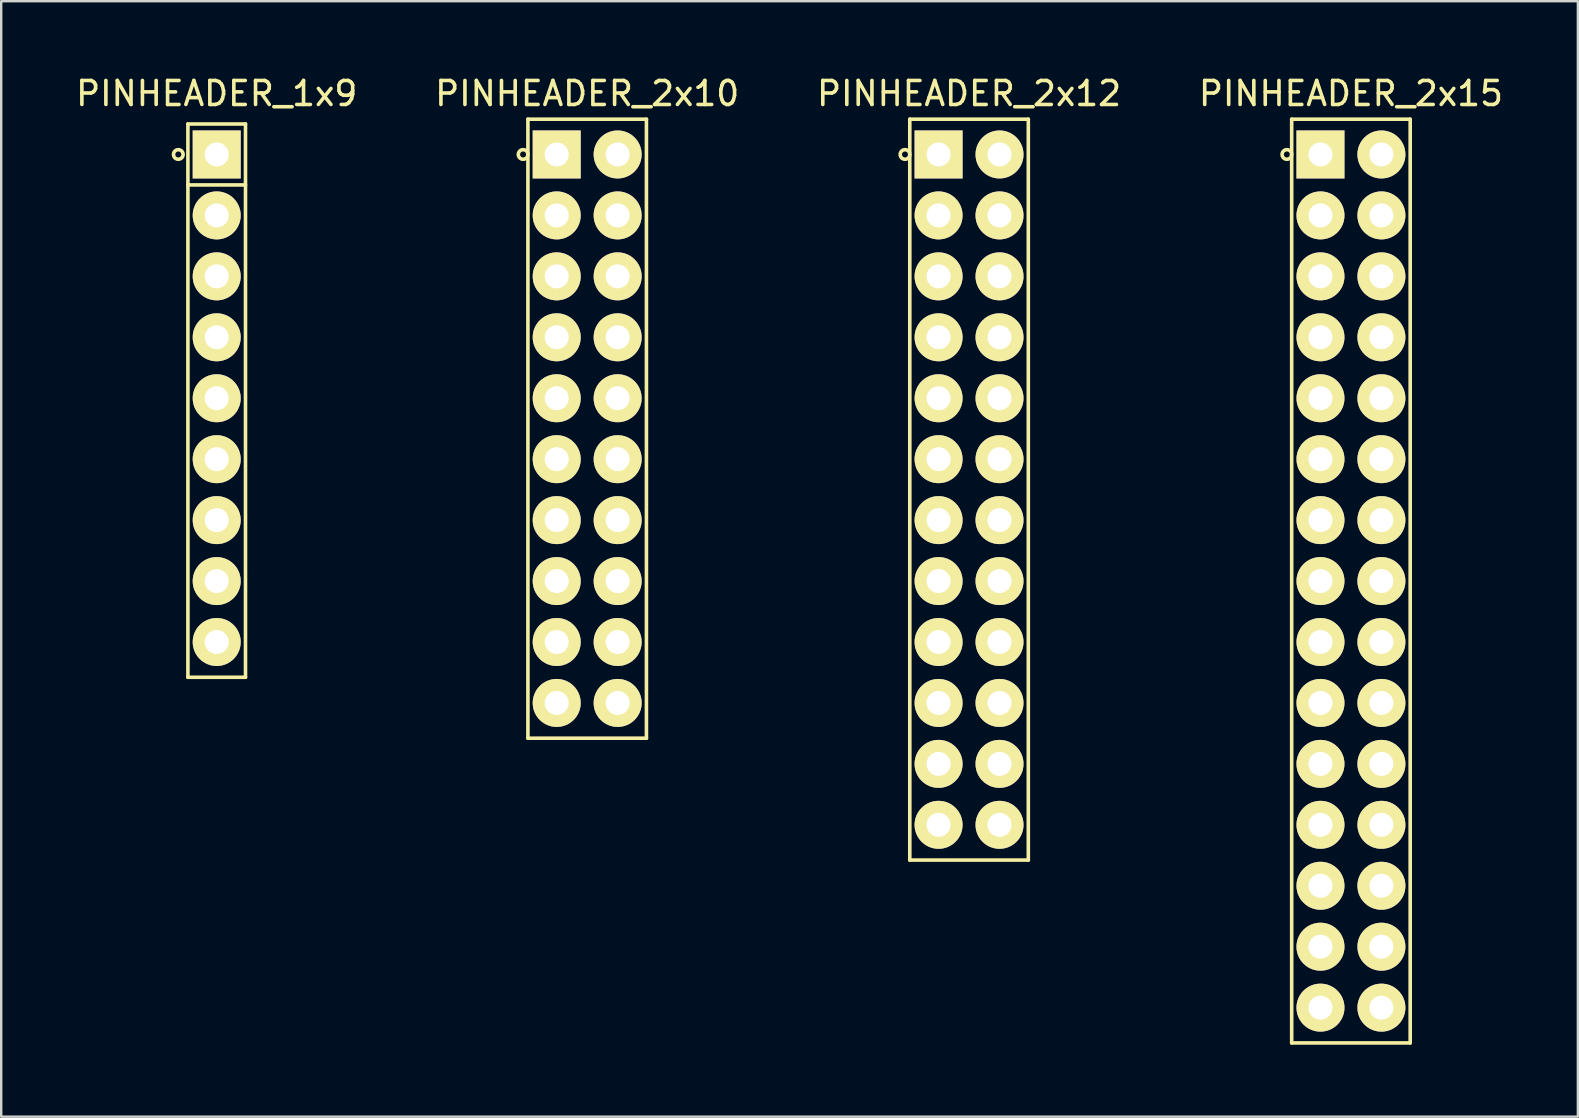
<source format=kicad_pcb>
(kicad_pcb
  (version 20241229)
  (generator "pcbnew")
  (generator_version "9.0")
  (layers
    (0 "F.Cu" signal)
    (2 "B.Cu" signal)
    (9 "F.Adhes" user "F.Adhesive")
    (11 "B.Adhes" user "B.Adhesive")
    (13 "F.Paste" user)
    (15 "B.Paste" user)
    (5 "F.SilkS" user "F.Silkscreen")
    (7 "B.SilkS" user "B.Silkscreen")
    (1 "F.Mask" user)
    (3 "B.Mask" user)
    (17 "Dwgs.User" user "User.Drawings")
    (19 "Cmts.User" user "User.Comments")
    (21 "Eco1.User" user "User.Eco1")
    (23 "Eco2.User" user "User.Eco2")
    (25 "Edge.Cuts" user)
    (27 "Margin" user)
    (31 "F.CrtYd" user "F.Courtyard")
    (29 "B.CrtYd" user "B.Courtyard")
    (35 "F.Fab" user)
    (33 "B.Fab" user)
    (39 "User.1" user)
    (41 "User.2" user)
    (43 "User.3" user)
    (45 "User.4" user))
  (footprint "PINHEADER_2x12"
    (layer "F.Cu")
    (at 36.069 3.388)
    (property "Reference" "PINHEADER_2x12" (at 1.27 -2.54 0) (layer "F.SilkS") (effects (font (size 1 1) (thickness 0.15))))
    (attr through_hole)
    (fp_line (start -1.2 -1.47) (end 3.74 -1.47) (stroke (width 0.15) (type solid)) (layer "F.SilkS"))
    (fp_line (start -1.2 29.41) (end -1.2 -1.47) (stroke (width 0.15) (type solid)) (layer "F.SilkS"))
    (fp_line (start 3.74 -1.47) (end 3.74 29.41) (stroke (width 0.15) (type solid)) (layer "F.SilkS"))
    (fp_line (start 3.74 29.41) (end -1.2 29.41) (stroke (width 0.15) (type solid)) (layer "F.SilkS"))
    (fp_circle (center -1.4 0) (end -1.4 0.2) (stroke (width 0.15) (type solid)) (fill no) (layer "F.SilkS"))
    (pad "1" thru_hole rect (at 0 0) (size 2 2) (drill 1) (layers "*.Cu" "*.Mask" "F.SilkS"))
    (pad "2" thru_hole circle (at 0 2.54) (size 2 2) (drill 1) (layers "*.Cu" "*.Mask" "F.SilkS"))
    (pad "3" thru_hole circle (at 0 5.08) (size 2 2) (drill 1) (layers "*.Cu" "*.Mask" "F.SilkS"))
    (pad "4" thru_hole circle (at 0 7.62) (size 2 2) (drill 1) (layers "*.Cu" "*.Mask" "F.SilkS"))
    (pad "5" thru_hole circle (at 0 10.16) (size 2 2) (drill 1) (layers "*.Cu" "*.Mask" "F.SilkS"))
    (pad "6" thru_hole circle (at 0 12.7) (size 2 2) (drill 1) (layers "*.Cu" "*.Mask" "F.SilkS"))
    (pad "7" thru_hole circle (at 0 15.24) (size 2 2) (drill 1) (layers "*.Cu" "*.Mask" "F.SilkS"))
    (pad "8" thru_hole circle (at 0 17.78) (size 2 2) (drill 1) (layers "*.Cu" "*.Mask" "F.SilkS"))
    (pad "9" thru_hole circle (at 0 20.32) (size 2 2) (drill 1) (layers "*.Cu" "*.Mask" "F.SilkS"))
    (pad "10" thru_hole circle (at 0 22.86) (size 2 2) (drill 1) (layers "*.Cu" "*.Mask" "F.SilkS"))
    (pad "11" thru_hole circle (at 0 25.4) (size 2 2) (drill 1) (layers "*.Cu" "*.Mask" "F.SilkS"))
    (pad "12" thru_hole circle (at 0 27.94) (size 2 2) (drill 1) (layers "*.Cu" "*.Mask" "F.SilkS"))
    (pad "13" thru_hole circle (at 2.54 27.94) (size 2 2) (drill 1) (layers "*.Cu" "*.Mask" "F.SilkS"))
    (pad "14" thru_hole circle (at 2.54 25.4) (size 2 2) (drill 1) (layers "*.Cu" "*.Mask" "F.SilkS"))
    (pad "15" thru_hole circle (at 2.54 22.86) (size 2 2) (drill 1) (layers "*.Cu" "*.Mask" "F.SilkS"))
    (pad "16" thru_hole circle (at 2.54 20.32) (size 2 2) (drill 1) (layers "*.Cu" "*.Mask" "F.SilkS"))
    (pad "17" thru_hole circle (at 2.54 17.78) (size 2 2) (drill 1) (layers "*.Cu" "*.Mask" "F.SilkS"))
    (pad "18" thru_hole circle (at 2.54 15.24) (size 2 2) (drill 1) (layers "*.Cu" "*.Mask" "F.SilkS"))
    (pad "19" thru_hole circle (at 2.54 12.7) (size 2 2) (drill 1) (layers "*.Cu" "*.Mask" "F.SilkS"))
    (pad "20" thru_hole circle (at 2.54 10.16) (size 2 2) (drill 1) (layers "*.Cu" "*.Mask" "F.SilkS"))
    (pad "21" thru_hole circle (at 2.54 7.62) (size 2 2) (drill 1) (layers "*.Cu" "*.Mask" "F.SilkS"))
    (pad "22" thru_hole circle (at 2.54 5.08) (size 2 2) (drill 1) (layers "*.Cu" "*.Mask" "F.SilkS"))
    (pad "23" thru_hole circle (at 2.54 2.54) (size 2 2) (drill 1) (layers "*.Cu" "*.Mask" "F.SilkS"))
    (pad "24" thru_hole circle (at 2.54 0) (size 2 2) (drill 1) (layers "*.Cu" "*.Mask" "F.SilkS")))
  (footprint "PINHEADER_2x10"
    (layer "F.Cu")
    (at 20.153 3.388)
    (property "Reference" "PINHEADER_2x10" (at 1.27 -2.54 0) (layer "F.SilkS") (effects (font (size 1 1) (thickness 0.15))))
    (attr through_hole)
    (fp_line (start -1.2 -1.47) (end 3.74 -1.47) (stroke (width 0.15) (type solid)) (layer "F.SilkS"))
    (fp_line (start -1.2 24.33) (end -1.2 -1.47) (stroke (width 0.15) (type solid)) (layer "F.SilkS"))
    (fp_line (start 3.74 -1.47) (end 3.74 24.33) (stroke (width 0.15) (type solid)) (layer "F.SilkS"))
    (fp_line (start 3.74 24.33) (end -1.2 24.33) (stroke (width 0.15) (type solid)) (layer "F.SilkS"))
    (fp_circle (center -1.4 0) (end -1.4 0.2) (stroke (width 0.15) (type solid)) (fill no) (layer "F.SilkS"))
    (pad "1" thru_hole rect (at 0 0) (size 2 2) (drill 1) (layers "*.Cu" "*.Mask" "F.SilkS"))
    (pad "2" thru_hole circle (at 0 2.54) (size 2 2) (drill 1) (layers "*.Cu" "*.Mask" "F.SilkS"))
    (pad "3" thru_hole circle (at 0 5.08) (size 2 2) (drill 1) (layers "*.Cu" "*.Mask" "F.SilkS"))
    (pad "4" thru_hole circle (at 0 7.62) (size 2 2) (drill 1) (layers "*.Cu" "*.Mask" "F.SilkS"))
    (pad "5" thru_hole circle (at 0 10.16) (size 2 2) (drill 1) (layers "*.Cu" "*.Mask" "F.SilkS"))
    (pad "6" thru_hole circle (at 0 12.7) (size 2 2) (drill 1) (layers "*.Cu" "*.Mask" "F.SilkS"))
    (pad "7" thru_hole circle (at 0 15.24) (size 2 2) (drill 1) (layers "*.Cu" "*.Mask" "F.SilkS"))
    (pad "8" thru_hole circle (at 0 17.78) (size 2 2) (drill 1) (layers "*.Cu" "*.Mask" "F.SilkS"))
    (pad "9" thru_hole circle (at 0 20.32) (size 2 2) (drill 1) (layers "*.Cu" "*.Mask" "F.SilkS"))
    (pad "10" thru_hole circle (at 0 22.86) (size 2 2) (drill 1) (layers "*.Cu" "*.Mask" "F.SilkS"))
    (pad "11" thru_hole circle (at 2.54 22.86) (size 2 2) (drill 1) (layers "*.Cu" "*.Mask" "F.SilkS"))
    (pad "12" thru_hole circle (at 2.54 20.32) (size 2 2) (drill 1) (layers "*.Cu" "*.Mask" "F.SilkS"))
    (pad "13" thru_hole circle (at 2.54 17.78) (size 2 2) (drill 1) (layers "*.Cu" "*.Mask" "F.SilkS"))
    (pad "14" thru_hole circle (at 2.54 15.24) (size 2 2) (drill 1) (layers "*.Cu" "*.Mask" "F.SilkS"))
    (pad "15" thru_hole circle (at 2.54 12.7) (size 2 2) (drill 1) (layers "*.Cu" "*.Mask" "F.SilkS"))
    (pad "16" thru_hole circle (at 2.54 10.16) (size 2 2) (drill 1) (layers "*.Cu" "*.Mask" "F.SilkS"))
    (pad "17" thru_hole circle (at 2.54 7.62) (size 2 2) (drill 1) (layers "*.Cu" "*.Mask" "F.SilkS"))
    (pad "18" thru_hole circle (at 2.54 5.08) (size 2 2) (drill 1) (layers "*.Cu" "*.Mask" "F.SilkS"))
    (pad "19" thru_hole circle (at 2.54 2.54) (size 2 2) (drill 1) (layers "*.Cu" "*.Mask" "F.SilkS"))
    (pad "20" thru_hole circle (at 2.54 0) (size 2 2) (drill 1) (layers "*.Cu" "*.Mask" "F.SilkS")))
  (footprint "PINHEADER_2x15"
    (layer "F.Cu")
    (at 51.986 3.388)
    (property "Reference" "PINHEADER_2x15" (at 1.27 -2.54 0) (layer "F.SilkS") (effects (font (size 1 1) (thickness 0.15))))
    (attr through_hole)
    (fp_line (start -1.2 -1.47) (end 3.74 -1.47) (stroke (width 0.15) (type solid)) (layer "F.SilkS"))
    (fp_line (start -1.2 37.03) (end -1.2 -1.47) (stroke (width 0.15) (type solid)) (layer "F.SilkS"))
    (fp_line (start 3.74 -1.47) (end 3.74 37.03) (stroke (width 0.15) (type solid)) (layer "F.SilkS"))
    (fp_line (start 3.74 37.03) (end -1.2 37.03) (stroke (width 0.15) (type solid)) (layer "F.SilkS"))
    (fp_circle (center -1.4 0) (end -1.4 0.2) (stroke (width 0.15) (type solid)) (fill no) (layer "F.SilkS"))
    (pad "1" thru_hole rect (at 0 0) (size 2 2) (drill 1) (layers "*.Cu" "*.Mask" "F.SilkS"))
    (pad "2" thru_hole circle (at 0 2.54) (size 2 2) (drill 1) (layers "*.Cu" "*.Mask" "F.SilkS"))
    (pad "3" thru_hole circle (at 0 5.08) (size 2 2) (drill 1) (layers "*.Cu" "*.Mask" "F.SilkS"))
    (pad "4" thru_hole circle (at 0 7.62) (size 2 2) (drill 1) (layers "*.Cu" "*.Mask" "F.SilkS"))
    (pad "5" thru_hole circle (at 0 10.16) (size 2 2) (drill 1) (layers "*.Cu" "*.Mask" "F.SilkS"))
    (pad "6" thru_hole circle (at 0 12.7) (size 2 2) (drill 1) (layers "*.Cu" "*.Mask" "F.SilkS"))
    (pad "7" thru_hole circle (at 0 15.24) (size 2 2) (drill 1) (layers "*.Cu" "*.Mask" "F.SilkS"))
    (pad "8" thru_hole circle (at 0 17.78) (size 2 2) (drill 1) (layers "*.Cu" "*.Mask" "F.SilkS"))
    (pad "9" thru_hole circle (at 0 20.32) (size 2 2) (drill 1) (layers "*.Cu" "*.Mask" "F.SilkS"))
    (pad "10" thru_hole circle (at 0 22.86) (size 2 2) (drill 1) (layers "*.Cu" "*.Mask" "F.SilkS"))
    (pad "11" thru_hole circle (at 0 25.4) (size 2 2) (drill 1) (layers "*.Cu" "*.Mask" "F.SilkS"))
    (pad "12" thru_hole circle (at 0 27.94) (size 2 2) (drill 1) (layers "*.Cu" "*.Mask" "F.SilkS"))
    (pad "13" thru_hole circle (at 0 30.48) (size 2 2) (drill 1) (layers "*.Cu" "*.Mask" "F.SilkS"))
    (pad "14" thru_hole circle (at 0 33.02) (size 2 2) (drill 1) (layers "*.Cu" "*.Mask" "F.SilkS"))
    (pad "15" thru_hole circle (at 0 35.56) (size 2 2) (drill 1) (layers "*.Cu" "*.Mask" "F.SilkS"))
    (pad "16" thru_hole circle (at 2.54 35.56) (size 2 2) (drill 1) (layers "*.Cu" "*.Mask" "F.SilkS"))
    (pad "17" thru_hole circle (at 2.54 33.02) (size 2 2) (drill 1) (layers "*.Cu" "*.Mask" "F.SilkS"))
    (pad "18" thru_hole circle (at 2.54 30.48) (size 2 2) (drill 1) (layers "*.Cu" "*.Mask" "F.SilkS"))
    (pad "19" thru_hole circle (at 2.54 27.94) (size 2 2) (drill 1) (layers "*.Cu" "*.Mask" "F.SilkS"))
    (pad "20" thru_hole circle (at 2.54 25.4) (size 2 2) (drill 1) (layers "*.Cu" "*.Mask" "F.SilkS"))
    (pad "21" thru_hole circle (at 2.54 22.86) (size 2 2) (drill 1) (layers "*.Cu" "*.Mask" "F.SilkS"))
    (pad "22" thru_hole circle (at 2.54 20.32) (size 2 2) (drill 1) (layers "*.Cu" "*.Mask" "F.SilkS"))
    (pad "23" thru_hole circle (at 2.54 17.78) (size 2 2) (drill 1) (layers "*.Cu" "*.Mask" "F.SilkS"))
    (pad "24" thru_hole circle (at 2.54 15.24) (size 2 2) (drill 1) (layers "*.Cu" "*.Mask" "F.SilkS"))
    (pad "25" thru_hole circle (at 2.54 12.7) (size 2 2) (drill 1) (layers "*.Cu" "*.Mask" "F.SilkS"))
    (pad "26" thru_hole circle (at 2.54 10.16) (size 2 2) (drill 1) (layers "*.Cu" "*.Mask" "F.SilkS"))
    (pad "27" thru_hole circle (at 2.54 7.62) (size 2 2) (drill 1) (layers "*.Cu" "*.Mask" "F.SilkS"))
    (pad "28" thru_hole circle (at 2.54 5.08) (size 2 2) (drill 1) (layers "*.Cu" "*.Mask" "F.SilkS"))
    (pad "29" thru_hole circle (at 2.54 2.54) (size 2 2) (drill 1) (layers "*.Cu" "*.Mask" "F.SilkS"))
    (pad "30" thru_hole circle (at 2.54 0) (size 2 2) (drill 1) (layers "*.Cu" "*.Mask" "F.SilkS")))
  (footprint "PINHEADER_1x9"
    (layer "F.Cu")
    (at 5.982 3.388)
    (property "Reference" "PINHEADER_1x9" (at 0 -2.54 0) (layer "F.SilkS") (effects (font (size 1 1) (thickness 0.15))))
    (attr through_hole)
    (fp_line (start -1.2 -1.27) (end 1.2 -1.27) (stroke (width 0.15) (type solid)) (layer "F.SilkS"))
    (fp_line (start -1.2 1.27) (end 1.2 1.27) (stroke (width 0.15) (type solid)) (layer "F.SilkS"))
    (fp_line (start -1.2 21.79) (end -1.2 -1.27) (stroke (width 0.15) (type solid)) (layer "F.SilkS"))
    (fp_line (start 1.2 -1.27) (end 1.2 21.79) (stroke (width 0.15) (type solid)) (layer "F.SilkS"))
    (fp_line (start 1.2 21.79) (end -1.2 21.79) (stroke (width 0.15) (type solid)) (layer "F.SilkS"))
    (fp_circle (center -1.6 0) (end -1.6 0.2) (stroke (width 0.15) (type solid)) (fill no) (layer "F.SilkS"))
    (pad "1" thru_hole rect (at 0 0) (size 2 2) (drill 1) (layers "*.Cu" "*.Mask" "F.SilkS"))
    (pad "2" thru_hole circle (at 0 2.54) (size 2 2) (drill 1) (layers "*.Cu" "*.Mask" "F.SilkS"))
    (pad "3" thru_hole circle (at 0 5.08) (size 2 2) (drill 1) (layers "*.Cu" "*.Mask" "F.SilkS"))
    (pad "4" thru_hole circle (at 0 7.62) (size 2 2) (drill 1) (layers "*.Cu" "*.Mask" "F.SilkS"))
    (pad "5" thru_hole circle (at 0 10.16) (size 2 2) (drill 1) (layers "*.Cu" "*.Mask" "F.SilkS"))
    (pad "6" thru_hole circle (at 0 12.7) (size 2 2) (drill 1) (layers "*.Cu" "*.Mask" "F.SilkS"))
    (pad "7" thru_hole circle (at 0 15.24) (size 2 2) (drill 1) (layers "*.Cu" "*.Mask" "F.SilkS"))
    (pad "8" thru_hole circle (at 0 17.78) (size 2 2) (drill 1) (layers "*.Cu" "*.Mask" "F.SilkS"))
    (pad "9" thru_hole circle (at 0 20.32) (size 2 2) (drill 1) (layers "*.Cu" "*.Mask" "F.SilkS")))
  (gr_rect
    (start -3 -3)
    (end 62.714 43.493)
    (stroke (width 0.1) (type default))
    (fill no)
    (layer "Edge.Cuts")))
</source>
